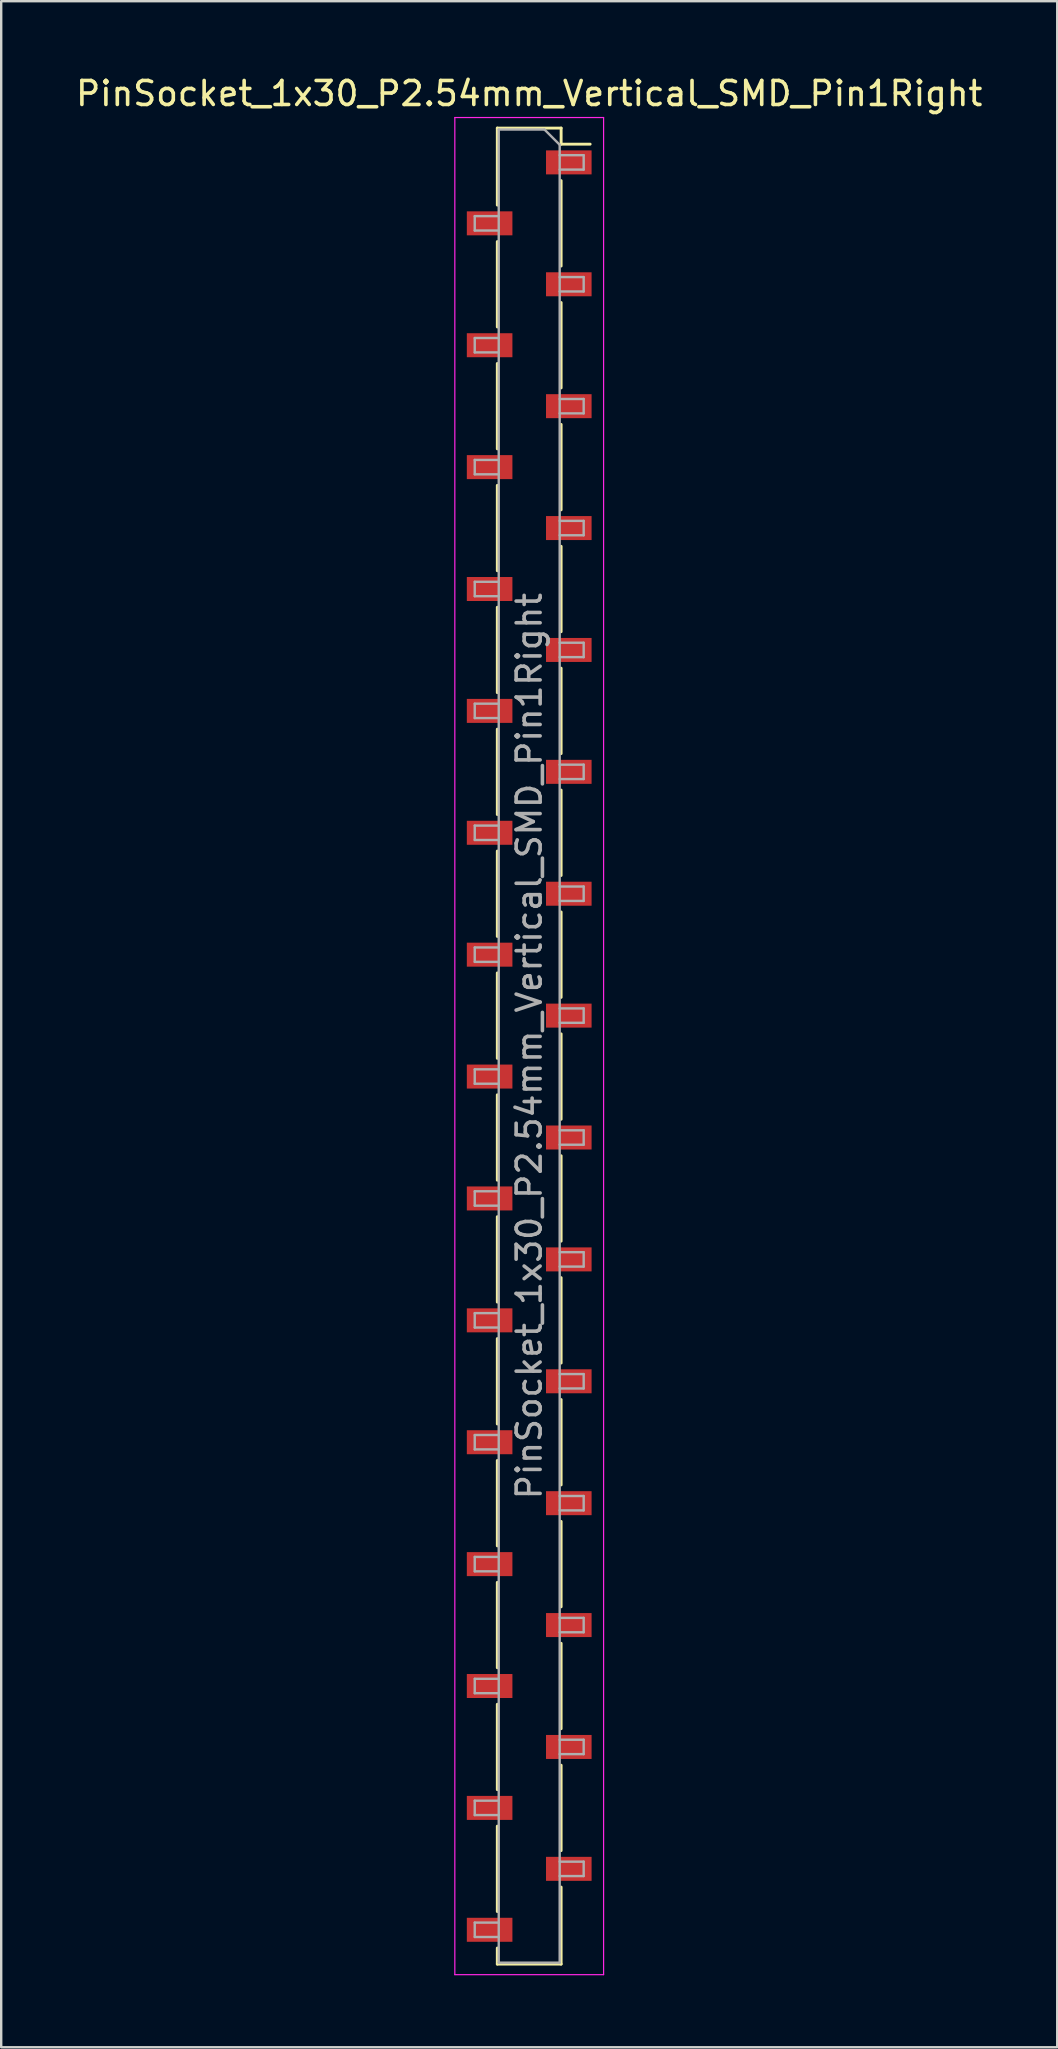
<source format=kicad_pcb>
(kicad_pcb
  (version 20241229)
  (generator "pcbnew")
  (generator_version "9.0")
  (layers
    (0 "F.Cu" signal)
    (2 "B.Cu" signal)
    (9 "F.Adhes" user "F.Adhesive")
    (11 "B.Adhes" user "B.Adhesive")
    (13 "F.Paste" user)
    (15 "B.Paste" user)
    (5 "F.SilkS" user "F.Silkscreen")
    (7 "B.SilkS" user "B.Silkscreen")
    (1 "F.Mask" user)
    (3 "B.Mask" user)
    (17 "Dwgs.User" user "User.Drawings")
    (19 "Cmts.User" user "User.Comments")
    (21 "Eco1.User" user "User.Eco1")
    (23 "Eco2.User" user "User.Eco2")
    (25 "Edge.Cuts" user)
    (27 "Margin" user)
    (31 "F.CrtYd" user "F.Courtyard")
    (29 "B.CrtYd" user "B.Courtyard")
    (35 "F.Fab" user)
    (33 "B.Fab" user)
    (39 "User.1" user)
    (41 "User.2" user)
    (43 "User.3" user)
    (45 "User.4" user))
  (footprint "PinSocket_1x30_P2.54mm_Vertical_SMD_Pin1Right"
    (layer "F.Cu")
    (at 19.006 40.548)
    (property "Reference" "PinSocket_1x30_P2.54mm_Vertical_SMD_Pin1Right" (at 0 -39.7 0) (layer "F.SilkS") (effects (font (size 1 1) (thickness 0.15))))
    (attr smd)
    (fp_line (start -1.33 -38.26) (end -1.33 -35.05) (stroke (width 0.12) (type solid)) (layer "F.SilkS"))
    (fp_line (start -1.33 -38.26) (end 1.33 -38.26) (stroke (width 0.12) (type solid)) (layer "F.SilkS"))
    (fp_line (start -1.33 -33.53) (end -1.33 -29.97) (stroke (width 0.12) (type solid)) (layer "F.SilkS"))
    (fp_line (start -1.33 -28.45) (end -1.33 -24.89) (stroke (width 0.12) (type solid)) (layer "F.SilkS"))
    (fp_line (start -1.33 -23.37) (end -1.33 -19.81) (stroke (width 0.12) (type solid)) (layer "F.SilkS"))
    (fp_line (start -1.33 -18.29) (end -1.33 -14.73) (stroke (width 0.12) (type solid)) (layer "F.SilkS"))
    (fp_line (start -1.33 -13.21) (end -1.33 -9.65) (stroke (width 0.12) (type solid)) (layer "F.SilkS"))
    (fp_line (start -1.33 -8.13) (end -1.33 -4.57) (stroke (width 0.12) (type solid)) (layer "F.SilkS"))
    (fp_line (start -1.33 -3.05) (end -1.33 0.51) (stroke (width 0.12) (type solid)) (layer "F.SilkS"))
    (fp_line (start -1.33 2.03) (end -1.33 5.59) (stroke (width 0.12) (type solid)) (layer "F.SilkS"))
    (fp_line (start -1.33 7.11) (end -1.33 10.67) (stroke (width 0.12) (type solid)) (layer "F.SilkS"))
    (fp_line (start -1.33 12.19) (end -1.33 15.75) (stroke (width 0.12) (type solid)) (layer "F.SilkS"))
    (fp_line (start -1.33 17.27) (end -1.33 20.83) (stroke (width 0.12) (type solid)) (layer "F.SilkS"))
    (fp_line (start -1.33 22.35) (end -1.33 25.91) (stroke (width 0.12) (type solid)) (layer "F.SilkS"))
    (fp_line (start -1.33 27.43) (end -1.33 30.99) (stroke (width 0.12) (type solid)) (layer "F.SilkS"))
    (fp_line (start -1.33 32.51) (end -1.33 36.07) (stroke (width 0.12) (type solid)) (layer "F.SilkS"))
    (fp_line (start -1.33 37.59) (end -1.33 38.26) (stroke (width 0.12) (type solid)) (layer "F.SilkS"))
    (fp_line (start -1.33 38.26) (end 1.33 38.26) (stroke (width 0.12) (type solid)) (layer "F.SilkS"))
    (fp_line (start 1.33 -38.26) (end 1.33 -37.59) (stroke (width 0.12) (type solid)) (layer "F.SilkS"))
    (fp_line (start 1.33 -37.59) (end 2.54 -37.59) (stroke (width 0.12) (type solid)) (layer "F.SilkS"))
    (fp_line (start 1.33 -36.07) (end 1.33 -32.51) (stroke (width 0.12) (type solid)) (layer "F.SilkS"))
    (fp_line (start 1.33 -30.99) (end 1.33 -27.43) (stroke (width 0.12) (type solid)) (layer "F.SilkS"))
    (fp_line (start 1.33 -25.91) (end 1.33 -22.35) (stroke (width 0.12) (type solid)) (layer "F.SilkS"))
    (fp_line (start 1.33 -20.83) (end 1.33 -17.27) (stroke (width 0.12) (type solid)) (layer "F.SilkS"))
    (fp_line (start 1.33 -15.75) (end 1.33 -12.19) (stroke (width 0.12) (type solid)) (layer "F.SilkS"))
    (fp_line (start 1.33 -10.67) (end 1.33 -7.11) (stroke (width 0.12) (type solid)) (layer "F.SilkS"))
    (fp_line (start 1.33 -5.59) (end 1.33 -2.03) (stroke (width 0.12) (type solid)) (layer "F.SilkS"))
    (fp_line (start 1.33 -0.51) (end 1.33 3.05) (stroke (width 0.12) (type solid)) (layer "F.SilkS"))
    (fp_line (start 1.33 4.57) (end 1.33 8.13) (stroke (width 0.12) (type solid)) (layer "F.SilkS"))
    (fp_line (start 1.33 9.65) (end 1.33 13.21) (stroke (width 0.12) (type solid)) (layer "F.SilkS"))
    (fp_line (start 1.33 14.73) (end 1.33 18.29) (stroke (width 0.12) (type solid)) (layer "F.SilkS"))
    (fp_line (start 1.33 19.81) (end 1.33 23.37) (stroke (width 0.12) (type solid)) (layer "F.SilkS"))
    (fp_line (start 1.33 24.89) (end 1.33 28.45) (stroke (width 0.12) (type solid)) (layer "F.SilkS"))
    (fp_line (start 1.33 29.97) (end 1.33 33.53) (stroke (width 0.12) (type solid)) (layer "F.SilkS"))
    (fp_line (start 1.33 35.05) (end 1.33 38.26) (stroke (width 0.12) (type solid)) (layer "F.SilkS"))
    (fp_line (start -3.1 -38.7) (end 3.1 -38.7) (stroke (width 0.05) (type solid)) (layer "F.CrtYd"))
    (fp_line (start -3.1 38.7) (end -3.1 -38.7) (stroke (width 0.05) (type solid)) (layer "F.CrtYd"))
    (fp_line (start 3.1 -38.7) (end 3.1 38.7) (stroke (width 0.05) (type solid)) (layer "F.CrtYd"))
    (fp_line (start 3.1 38.7) (end -3.1 38.7) (stroke (width 0.05) (type solid)) (layer "F.CrtYd"))
    (fp_line (start -2.27 -34.59) (end -1.27 -34.59) (stroke (width 0.1) (type solid)) (layer "F.Fab"))
    (fp_line (start -2.27 -33.99) (end -2.27 -34.59) (stroke (width 0.1) (type solid)) (layer "F.Fab"))
    (fp_line (start -2.27 -29.51) (end -1.27 -29.51) (stroke (width 0.1) (type solid)) (layer "F.Fab"))
    (fp_line (start -2.27 -28.91) (end -2.27 -29.51) (stroke (width 0.1) (type solid)) (layer "F.Fab"))
    (fp_line (start -2.27 -24.43) (end -1.27 -24.43) (stroke (width 0.1) (type solid)) (layer "F.Fab"))
    (fp_line (start -2.27 -23.83) (end -2.27 -24.43) (stroke (width 0.1) (type solid)) (layer "F.Fab"))
    (fp_line (start -2.27 -19.35) (end -1.27 -19.35) (stroke (width 0.1) (type solid)) (layer "F.Fab"))
    (fp_line (start -2.27 -18.75) (end -2.27 -19.35) (stroke (width 0.1) (type solid)) (layer "F.Fab"))
    (fp_line (start -2.27 -14.27) (end -1.27 -14.27) (stroke (width 0.1) (type solid)) (layer "F.Fab"))
    (fp_line (start -2.27 -13.67) (end -2.27 -14.27) (stroke (width 0.1) (type solid)) (layer "F.Fab"))
    (fp_line (start -2.27 -9.19) (end -1.27 -9.19) (stroke (width 0.1) (type solid)) (layer "F.Fab"))
    (fp_line (start -2.27 -8.59) (end -2.27 -9.19) (stroke (width 0.1) (type solid)) (layer "F.Fab"))
    (fp_line (start -2.27 -4.11) (end -1.27 -4.11) (stroke (width 0.1) (type solid)) (layer "F.Fab"))
    (fp_line (start -2.27 -3.51) (end -2.27 -4.11) (stroke (width 0.1) (type solid)) (layer "F.Fab"))
    (fp_line (start -2.27 0.97) (end -1.27 0.97) (stroke (width 0.1) (type solid)) (layer "F.Fab"))
    (fp_line (start -2.27 1.57) (end -2.27 0.97) (stroke (width 0.1) (type solid)) (layer "F.Fab"))
    (fp_line (start -2.27 6.05) (end -1.27 6.05) (stroke (width 0.1) (type solid)) (layer "F.Fab"))
    (fp_line (start -2.27 6.65) (end -2.27 6.05) (stroke (width 0.1) (type solid)) (layer "F.Fab"))
    (fp_line (start -2.27 11.13) (end -1.27 11.13) (stroke (width 0.1) (type solid)) (layer "F.Fab"))
    (fp_line (start -2.27 11.73) (end -2.27 11.13) (stroke (width 0.1) (type solid)) (layer "F.Fab"))
    (fp_line (start -2.27 16.21) (end -1.27 16.21) (stroke (width 0.1) (type solid)) (layer "F.Fab"))
    (fp_line (start -2.27 16.81) (end -2.27 16.21) (stroke (width 0.1) (type solid)) (layer "F.Fab"))
    (fp_line (start -2.27 21.29) (end -1.27 21.29) (stroke (width 0.1) (type solid)) (layer "F.Fab"))
    (fp_line (start -2.27 21.89) (end -2.27 21.29) (stroke (width 0.1) (type solid)) (layer "F.Fab"))
    (fp_line (start -2.27 26.37) (end -1.27 26.37) (stroke (width 0.1) (type solid)) (layer "F.Fab"))
    (fp_line (start -2.27 26.97) (end -2.27 26.37) (stroke (width 0.1) (type solid)) (layer "F.Fab"))
    (fp_line (start -2.27 31.45) (end -1.27 31.45) (stroke (width 0.1) (type solid)) (layer "F.Fab"))
    (fp_line (start -2.27 32.05) (end -2.27 31.45) (stroke (width 0.1) (type solid)) (layer "F.Fab"))
    (fp_line (start -2.27 36.53) (end -1.27 36.53) (stroke (width 0.1) (type solid)) (layer "F.Fab"))
    (fp_line (start -2.27 37.13) (end -2.27 36.53) (stroke (width 0.1) (type solid)) (layer "F.Fab"))
    (fp_line (start -1.27 -38.2) (end 0.635 -38.2) (stroke (width 0.1) (type solid)) (layer "F.Fab"))
    (fp_line (start -1.27 -33.99) (end -2.27 -33.99) (stroke (width 0.1) (type solid)) (layer "F.Fab"))
    (fp_line (start -1.27 -28.91) (end -2.27 -28.91) (stroke (width 0.1) (type solid)) (layer "F.Fab"))
    (fp_line (start -1.27 -23.83) (end -2.27 -23.83) (stroke (width 0.1) (type solid)) (layer "F.Fab"))
    (fp_line (start -1.27 -18.75) (end -2.27 -18.75) (stroke (width 0.1) (type solid)) (layer "F.Fab"))
    (fp_line (start -1.27 -13.67) (end -2.27 -13.67) (stroke (width 0.1) (type solid)) (layer "F.Fab"))
    (fp_line (start -1.27 -8.59) (end -2.27 -8.59) (stroke (width 0.1) (type solid)) (layer "F.Fab"))
    (fp_line (start -1.27 -3.51) (end -2.27 -3.51) (stroke (width 0.1) (type solid)) (layer "F.Fab"))
    (fp_line (start -1.27 1.57) (end -2.27 1.57) (stroke (width 0.1) (type solid)) (layer "F.Fab"))
    (fp_line (start -1.27 6.65) (end -2.27 6.65) (stroke (width 0.1) (type solid)) (layer "F.Fab"))
    (fp_line (start -1.27 11.73) (end -2.27 11.73) (stroke (width 0.1) (type solid)) (layer "F.Fab"))
    (fp_line (start -1.27 16.81) (end -2.27 16.81) (stroke (width 0.1) (type solid)) (layer "F.Fab"))
    (fp_line (start -1.27 21.89) (end -2.27 21.89) (stroke (width 0.1) (type solid)) (layer "F.Fab"))
    (fp_line (start -1.27 26.97) (end -2.27 26.97) (stroke (width 0.1) (type solid)) (layer "F.Fab"))
    (fp_line (start -1.27 32.05) (end -2.27 32.05) (stroke (width 0.1) (type solid)) (layer "F.Fab"))
    (fp_line (start -1.27 37.13) (end -2.27 37.13) (stroke (width 0.1) (type solid)) (layer "F.Fab"))
    (fp_line (start -1.27 38.2) (end -1.27 -38.2) (stroke (width 0.1) (type solid)) (layer "F.Fab"))
    (fp_line (start 0.635 -38.2) (end 1.27 -37.565) (stroke (width 0.1) (type solid)) (layer "F.Fab"))
    (fp_line (start 1.27 -37.565) (end 1.27 38.2) (stroke (width 0.1) (type solid)) (layer "F.Fab"))
    (fp_line (start 1.27 -37.13) (end 2.27 -37.13) (stroke (width 0.1) (type solid)) (layer "F.Fab"))
    (fp_line (start 1.27 -32.05) (end 2.27 -32.05) (stroke (width 0.1) (type solid)) (layer "F.Fab"))
    (fp_line (start 1.27 -26.97) (end 2.27 -26.97) (stroke (width 0.1) (type solid)) (layer "F.Fab"))
    (fp_line (start 1.27 -21.89) (end 2.27 -21.89) (stroke (width 0.1) (type solid)) (layer "F.Fab"))
    (fp_line (start 1.27 -16.81) (end 2.27 -16.81) (stroke (width 0.1) (type solid)) (layer "F.Fab"))
    (fp_line (start 1.27 -11.73) (end 2.27 -11.73) (stroke (width 0.1) (type solid)) (layer "F.Fab"))
    (fp_line (start 1.27 -6.65) (end 2.27 -6.65) (stroke (width 0.1) (type solid)) (layer "F.Fab"))
    (fp_line (start 1.27 -1.57) (end 2.27 -1.57) (stroke (width 0.1) (type solid)) (layer "F.Fab"))
    (fp_line (start 1.27 3.51) (end 2.27 3.51) (stroke (width 0.1) (type solid)) (layer "F.Fab"))
    (fp_line (start 1.27 8.59) (end 2.27 8.59) (stroke (width 0.1) (type solid)) (layer "F.Fab"))
    (fp_line (start 1.27 13.67) (end 2.27 13.67) (stroke (width 0.1) (type solid)) (layer "F.Fab"))
    (fp_line (start 1.27 18.75) (end 2.27 18.75) (stroke (width 0.1) (type solid)) (layer "F.Fab"))
    (fp_line (start 1.27 23.83) (end 2.27 23.83) (stroke (width 0.1) (type solid)) (layer "F.Fab"))
    (fp_line (start 1.27 28.91) (end 2.27 28.91) (stroke (width 0.1) (type solid)) (layer "F.Fab"))
    (fp_line (start 1.27 33.99) (end 2.27 33.99) (stroke (width 0.1) (type solid)) (layer "F.Fab"))
    (fp_line (start 1.27 38.2) (end -1.27 38.2) (stroke (width 0.1) (type solid)) (layer "F.Fab"))
    (fp_line (start 2.27 -37.13) (end 2.27 -36.53) (stroke (width 0.1) (type solid)) (layer "F.Fab"))
    (fp_line (start 2.27 -36.53) (end 1.27 -36.53) (stroke (width 0.1) (type solid)) (layer "F.Fab"))
    (fp_line (start 2.27 -32.05) (end 2.27 -31.45) (stroke (width 0.1) (type solid)) (layer "F.Fab"))
    (fp_line (start 2.27 -31.45) (end 1.27 -31.45) (stroke (width 0.1) (type solid)) (layer "F.Fab"))
    (fp_line (start 2.27 -26.97) (end 2.27 -26.37) (stroke (width 0.1) (type solid)) (layer "F.Fab"))
    (fp_line (start 2.27 -26.37) (end 1.27 -26.37) (stroke (width 0.1) (type solid)) (layer "F.Fab"))
    (fp_line (start 2.27 -21.89) (end 2.27 -21.29) (stroke (width 0.1) (type solid)) (layer "F.Fab"))
    (fp_line (start 2.27 -21.29) (end 1.27 -21.29) (stroke (width 0.1) (type solid)) (layer "F.Fab"))
    (fp_line (start 2.27 -16.81) (end 2.27 -16.21) (stroke (width 0.1) (type solid)) (layer "F.Fab"))
    (fp_line (start 2.27 -16.21) (end 1.27 -16.21) (stroke (width 0.1) (type solid)) (layer "F.Fab"))
    (fp_line (start 2.27 -11.73) (end 2.27 -11.13) (stroke (width 0.1) (type solid)) (layer "F.Fab"))
    (fp_line (start 2.27 -11.13) (end 1.27 -11.13) (stroke (width 0.1) (type solid)) (layer "F.Fab"))
    (fp_line (start 2.27 -6.65) (end 2.27 -6.05) (stroke (width 0.1) (type solid)) (layer "F.Fab"))
    (fp_line (start 2.27 -6.05) (end 1.27 -6.05) (stroke (width 0.1) (type solid)) (layer "F.Fab"))
    (fp_line (start 2.27 -1.57) (end 2.27 -0.97) (stroke (width 0.1) (type solid)) (layer "F.Fab"))
    (fp_line (start 2.27 -0.97) (end 1.27 -0.97) (stroke (width 0.1) (type solid)) (layer "F.Fab"))
    (fp_line (start 2.27 3.51) (end 2.27 4.11) (stroke (width 0.1) (type solid)) (layer "F.Fab"))
    (fp_line (start 2.27 4.11) (end 1.27 4.11) (stroke (width 0.1) (type solid)) (layer "F.Fab"))
    (fp_line (start 2.27 8.59) (end 2.27 9.19) (stroke (width 0.1) (type solid)) (layer "F.Fab"))
    (fp_line (start 2.27 9.19) (end 1.27 9.19) (stroke (width 0.1) (type solid)) (layer "F.Fab"))
    (fp_line (start 2.27 13.67) (end 2.27 14.27) (stroke (width 0.1) (type solid)) (layer "F.Fab"))
    (fp_line (start 2.27 14.27) (end 1.27 14.27) (stroke (width 0.1) (type solid)) (layer "F.Fab"))
    (fp_line (start 2.27 18.75) (end 2.27 19.35) (stroke (width 0.1) (type solid)) (layer "F.Fab"))
    (fp_line (start 2.27 19.35) (end 1.27 19.35) (stroke (width 0.1) (type solid)) (layer "F.Fab"))
    (fp_line (start 2.27 23.83) (end 2.27 24.43) (stroke (width 0.1) (type solid)) (layer "F.Fab"))
    (fp_line (start 2.27 24.43) (end 1.27 24.43) (stroke (width 0.1) (type solid)) (layer "F.Fab"))
    (fp_line (start 2.27 28.91) (end 2.27 29.51) (stroke (width 0.1) (type solid)) (layer "F.Fab"))
    (fp_line (start 2.27 29.51) (end 1.27 29.51) (stroke (width 0.1) (type solid)) (layer "F.Fab"))
    (fp_line (start 2.27 33.99) (end 2.27 34.59) (stroke (width 0.1) (type solid)) (layer "F.Fab"))
    (fp_line (start 2.27 34.59) (end 1.27 34.59) (stroke (width 0.1) (type solid)) (layer "F.Fab"))
    (fp_text user "${REFERENCE}" (at 0 0 90) (layer "F.Fab") (effects (font (size 1 1) (thickness 0.15))))
    (pad "1" smd rect (at 1.65 -36.83) (size 1.9 1) (layers "F.Cu" "F.Mask" "F.Paste"))
    (pad "2" smd rect (at -1.65 -34.29) (size 1.9 1) (layers "F.Cu" "F.Mask" "F.Paste"))
    (pad "3" smd rect (at 1.65 -31.75) (size 1.9 1) (layers "F.Cu" "F.Mask" "F.Paste"))
    (pad "4" smd rect (at -1.65 -29.21) (size 1.9 1) (layers "F.Cu" "F.Mask" "F.Paste"))
    (pad "5" smd rect (at 1.65 -26.67) (size 1.9 1) (layers "F.Cu" "F.Mask" "F.Paste"))
    (pad "6" smd rect (at -1.65 -24.13) (size 1.9 1) (layers "F.Cu" "F.Mask" "F.Paste"))
    (pad "7" smd rect (at 1.65 -21.59) (size 1.9 1) (layers "F.Cu" "F.Mask" "F.Paste"))
    (pad "8" smd rect (at -1.65 -19.05) (size 1.9 1) (layers "F.Cu" "F.Mask" "F.Paste"))
    (pad "9" smd rect (at 1.65 -16.51) (size 1.9 1) (layers "F.Cu" "F.Mask" "F.Paste"))
    (pad "10" smd rect (at -1.65 -13.97) (size 1.9 1) (layers "F.Cu" "F.Mask" "F.Paste"))
    (pad "11" smd rect (at 1.65 -11.43) (size 1.9 1) (layers "F.Cu" "F.Mask" "F.Paste"))
    (pad "12" smd rect (at -1.65 -8.89) (size 1.9 1) (layers "F.Cu" "F.Mask" "F.Paste"))
    (pad "13" smd rect (at 1.65 -6.35) (size 1.9 1) (layers "F.Cu" "F.Mask" "F.Paste"))
    (pad "14" smd rect (at -1.65 -3.81) (size 1.9 1) (layers "F.Cu" "F.Mask" "F.Paste"))
    (pad "15" smd rect (at 1.65 -1.27) (size 1.9 1) (layers "F.Cu" "F.Mask" "F.Paste"))
    (pad "16" smd rect (at -1.65 1.27) (size 1.9 1) (layers "F.Cu" "F.Mask" "F.Paste"))
    (pad "17" smd rect (at 1.65 3.81) (size 1.9 1) (layers "F.Cu" "F.Mask" "F.Paste"))
    (pad "18" smd rect (at -1.65 6.35) (size 1.9 1) (layers "F.Cu" "F.Mask" "F.Paste"))
    (pad "19" smd rect (at 1.65 8.89) (size 1.9 1) (layers "F.Cu" "F.Mask" "F.Paste"))
    (pad "20" smd rect (at -1.65 11.43) (size 1.9 1) (layers "F.Cu" "F.Mask" "F.Paste"))
    (pad "21" smd rect (at 1.65 13.97) (size 1.9 1) (layers "F.Cu" "F.Mask" "F.Paste"))
    (pad "22" smd rect (at -1.65 16.51) (size 1.9 1) (layers "F.Cu" "F.Mask" "F.Paste"))
    (pad "23" smd rect (at 1.65 19.05) (size 1.9 1) (layers "F.Cu" "F.Mask" "F.Paste"))
    (pad "24" smd rect (at -1.65 21.59) (size 1.9 1) (layers "F.Cu" "F.Mask" "F.Paste"))
    (pad "25" smd rect (at 1.65 24.13) (size 1.9 1) (layers "F.Cu" "F.Mask" "F.Paste"))
    (pad "26" smd rect (at -1.65 26.67) (size 1.9 1) (layers "F.Cu" "F.Mask" "F.Paste"))
    (pad "27" smd rect (at 1.65 29.21) (size 1.9 1) (layers "F.Cu" "F.Mask" "F.Paste"))
    (pad "28" smd rect (at -1.65 31.75) (size 1.9 1) (layers "F.Cu" "F.Mask" "F.Paste"))
    (pad "29" smd rect (at 1.65 34.29) (size 1.9 1) (layers "F.Cu" "F.Mask" "F.Paste"))
    (pad "30" smd rect (at -1.65 36.83) (size 1.9 1) (layers "F.Cu" "F.Mask" "F.Paste")))
  (gr_rect
    (start -3 -3)
    (end 41.012 82.273)
    (stroke (width 0.1) (type default))
    (fill no)
    (layer "Edge.Cuts")))
</source>
